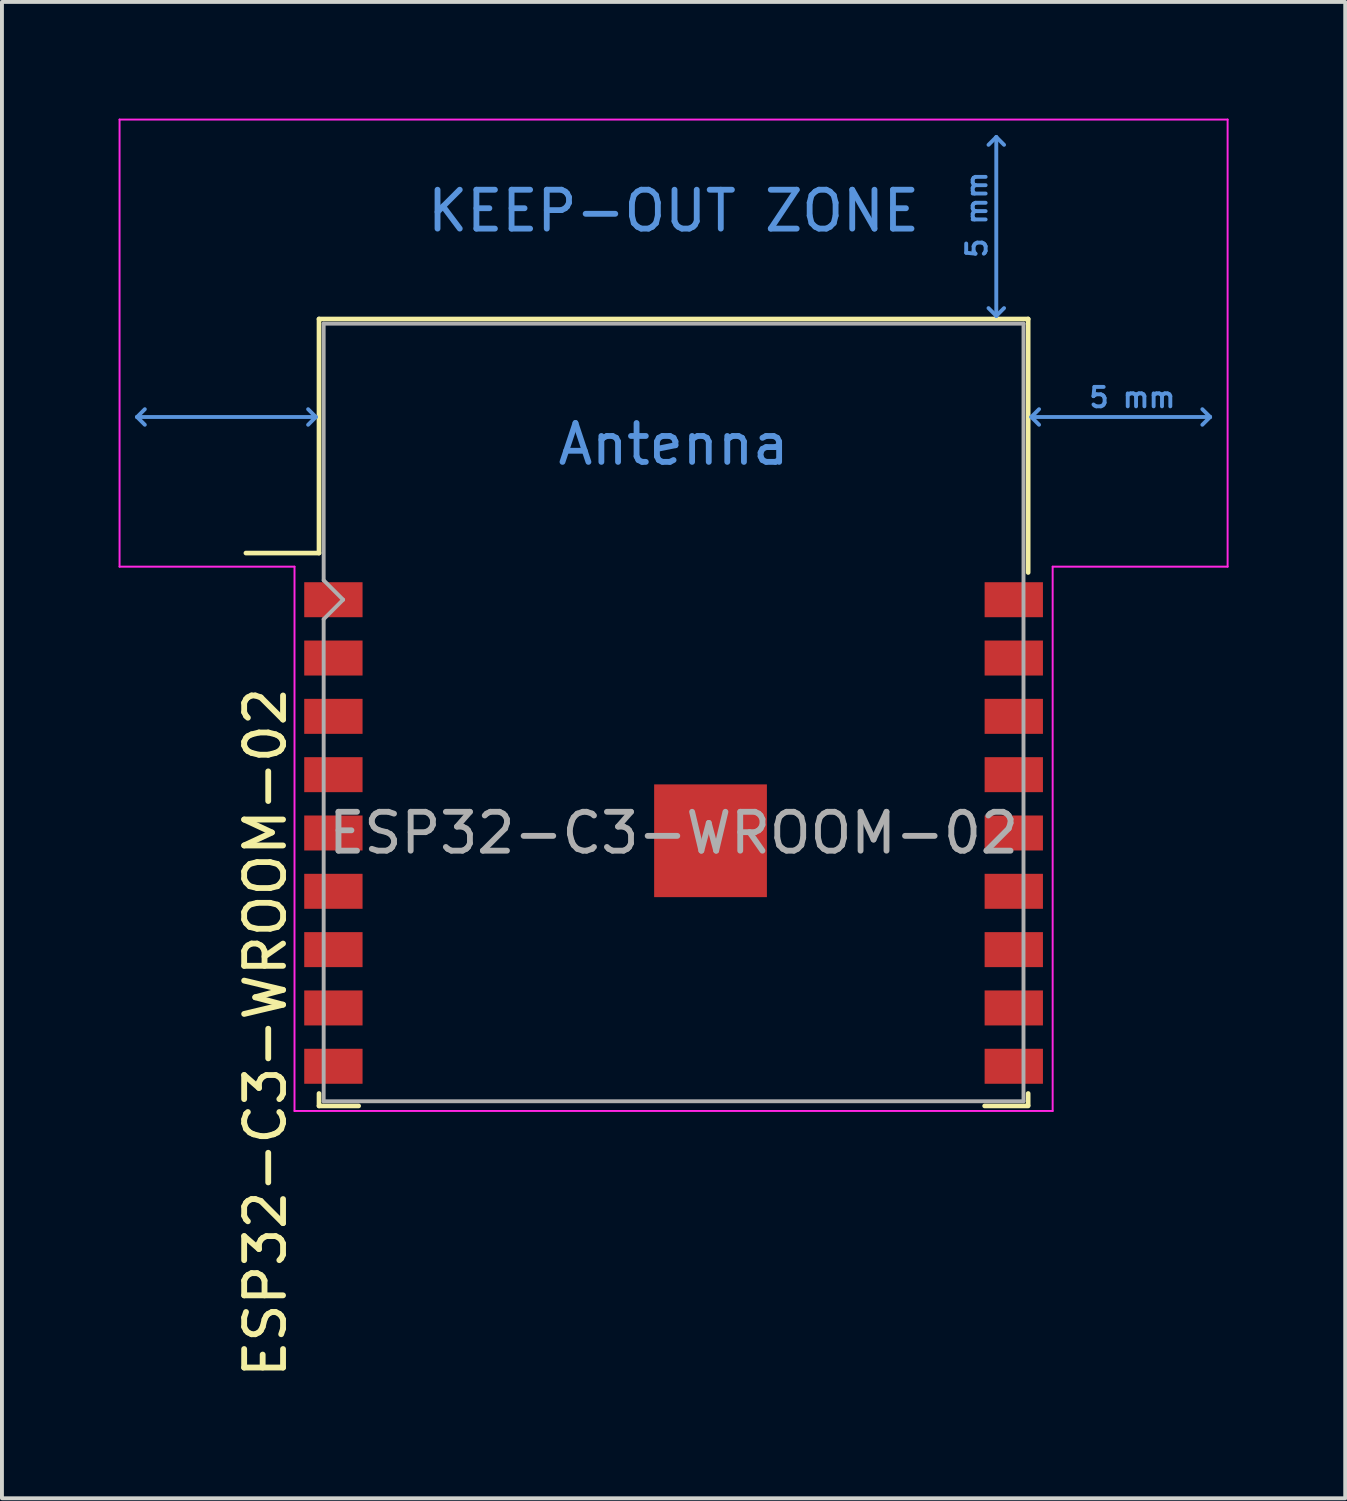
<source format=kicad_pcb>
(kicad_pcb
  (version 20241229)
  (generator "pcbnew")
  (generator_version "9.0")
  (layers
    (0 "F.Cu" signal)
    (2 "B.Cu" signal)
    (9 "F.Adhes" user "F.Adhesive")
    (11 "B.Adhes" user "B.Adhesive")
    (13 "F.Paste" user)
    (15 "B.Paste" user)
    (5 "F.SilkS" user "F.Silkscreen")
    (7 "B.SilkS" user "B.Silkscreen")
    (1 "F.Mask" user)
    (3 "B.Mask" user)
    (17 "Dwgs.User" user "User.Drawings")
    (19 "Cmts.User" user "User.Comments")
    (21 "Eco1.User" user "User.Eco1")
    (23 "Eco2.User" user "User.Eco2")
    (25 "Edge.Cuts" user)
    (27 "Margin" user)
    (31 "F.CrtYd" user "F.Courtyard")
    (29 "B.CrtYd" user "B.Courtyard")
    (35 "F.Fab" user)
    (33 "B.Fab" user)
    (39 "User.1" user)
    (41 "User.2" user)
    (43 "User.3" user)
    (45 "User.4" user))
  (footprint "ESP32-C3-WROOM-02"
    (layer "F.Cu")
    (at 14.275 18.375)
    (property "Reference" "ESP32-C3-WROOM-02" (at -10.5 5.13 90) (layer "F.SilkS") (effects (font (size 1 1) (thickness 0.15))))
    (attr smd)
    (fp_line (start -9.12 -13.22) (end -9.12 -7.2) (stroke (width 0.12) (type solid)) (layer "F.SilkS"))
    (fp_line (start -9.12 -13.22) (end 9.12 -13.22) (stroke (width 0.12) (type solid)) (layer "F.SilkS"))
    (fp_line (start -9.12 -7.2) (end -11 -7.2) (stroke (width 0.12) (type solid)) (layer "F.SilkS"))
    (fp_line (start -9.12 6.7) (end -9.12 7.02) (stroke (width 0.12) (type solid)) (layer "F.SilkS"))
    (fp_line (start -9.12 7.02) (end -8.1 7.02) (stroke (width 0.12) (type solid)) (layer "F.SilkS"))
    (fp_line (start 8 7.02) (end 9.12 7.02) (stroke (width 0.12) (type solid)) (layer "F.SilkS"))
    (fp_line (start 9.12 -13.22) (end 9.12 -6.7) (stroke (width 0.12) (type solid)) (layer "F.SilkS"))
    (fp_line (start 9.12 6.7) (end 9.12 7) (stroke (width 0.12) (type solid)) (layer "F.SilkS"))
    (fp_line (start -13.8 -10.7) (end -13.6 -10.9) (stroke (width 0.1) (type solid)) (layer "Cmts.User"))
    (fp_line (start -13.8 -10.7) (end -13.6 -10.5) (stroke (width 0.1) (type solid)) (layer "Cmts.User"))
    (fp_line (start -13.8 -10.7) (end -9.2 -10.7) (stroke (width 0.1) (type solid)) (layer "Cmts.User"))
    (fp_line (start -9.2 -10.7) (end -9.4 -10.9) (stroke (width 0.1) (type solid)) (layer "Cmts.User"))
    (fp_line (start -9.2 -10.7) (end -9.4 -10.5) (stroke (width 0.1) (type solid)) (layer "Cmts.User"))
    (fp_line (start 8.3 -17.9) (end 8.1 -17.7) (stroke (width 0.1) (type solid)) (layer "Cmts.User"))
    (fp_line (start 8.3 -17.9) (end 8.5 -17.7) (stroke (width 0.1) (type solid)) (layer "Cmts.User"))
    (fp_line (start 8.3 -13.3) (end 8.1 -13.5) (stroke (width 0.1) (type solid)) (layer "Cmts.User"))
    (fp_line (start 8.3 -13.3) (end 8.3 -17.9) (stroke (width 0.1) (type solid)) (layer "Cmts.User"))
    (fp_line (start 8.3 -13.3) (end 8.5 -13.5) (stroke (width 0.1) (type solid)) (layer "Cmts.User"))
    (fp_line (start 9.2 -10.7) (end 9.4 -10.9) (stroke (width 0.1) (type solid)) (layer "Cmts.User"))
    (fp_line (start 9.2 -10.7) (end 9.4 -10.5) (stroke (width 0.1) (type solid)) (layer "Cmts.User"))
    (fp_line (start 9.2 -10.7) (end 13.8 -10.7) (stroke (width 0.1) (type solid)) (layer "Cmts.User"))
    (fp_line (start 13.8 -10.7) (end 13.6 -10.9) (stroke (width 0.1) (type solid)) (layer "Cmts.User"))
    (fp_line (start 13.8 -10.7) (end 13.6 -10.5) (stroke (width 0.1) (type solid)) (layer "Cmts.User"))
    (fp_line (start -14.25 -18.35) (end -14.25 -6.85) (stroke (width 0.05) (type solid)) (layer "F.CrtYd"))
    (fp_line (start -14.25 -18.35) (end 14.25 -18.35) (stroke (width 0.05) (type solid)) (layer "F.CrtYd"))
    (fp_line (start -14.25 -6.85) (end -9.75 -6.85) (stroke (width 0.05) (type solid)) (layer "F.CrtYd"))
    (fp_line (start -9.75 7.15) (end -9.75 -6.85) (stroke (width 0.05) (type solid)) (layer "F.CrtYd"))
    (fp_line (start -9.75 7.15) (end 9.75 7.15) (stroke (width 0.05) (type solid)) (layer "F.CrtYd"))
    (fp_line (start 9.75 -6.85) (end 9.75 7.15) (stroke (width 0.05) (type solid)) (layer "F.CrtYd"))
    (fp_line (start 9.75 -6.85) (end 14.25 -6.85) (stroke (width 0.05) (type solid)) (layer "F.CrtYd"))
    (fp_line (start 14.25 -18.35) (end 14.25 -6.85) (stroke (width 0.05) (type solid)) (layer "F.CrtYd"))
    (fp_line (start -9 -13.1) (end -9 -6.5) (stroke (width 0.1) (type solid)) (layer "F.Fab"))
    (fp_line (start -9 -13.1) (end 9 -13.1) (stroke (width 0.1) (type solid)) (layer "F.Fab"))
    (fp_line (start -9 -6.5) (end -8.5 -6) (stroke (width 0.1) (type solid)) (layer "F.Fab"))
    (fp_line (start -9 -5.5) (end -9 6.9) (stroke (width 0.1) (type solid)) (layer "F.Fab"))
    (fp_line (start -9 6.9) (end 9 6.9) (stroke (width 0.1) (type solid)) (layer "F.Fab"))
    (fp_line (start -8.5 -6) (end -9 -5.5) (stroke (width 0.1) (type solid)) (layer "F.Fab"))
    (fp_line (start 9 6.9) (end 9 -13.1) (stroke (width 0.1) (type solid)) (layer "F.Fab"))
    (fp_text user "5 mm" (at 11.8 -11.2 0) (layer "Cmts.User") (effects (font (size 0.5 0.5) (thickness 0.1))))
    (fp_text user "Antenna" (at 0 -10 0) (layer "Cmts.User") (effects (font (size 1 1) (thickness 0.15))))
    (fp_text user "5 mm" (at 7.8 -15.9 90) (layer "Cmts.User") (effects (font (size 0.5 0.5) (thickness 0.1))))
    (fp_text user "KEEP-OUT ZONE" (at 0 -16 0) (layer "Cmts.User") (effects (font (size 1 1) (thickness 0.15))))
    (fp_text user "${REFERENCE}" (at 0 0 0) (layer "F.Fab") (effects (font (size 1 1) (thickness 0.15))))
    (pad "1" smd rect (at -8.75 -6) (size 1.5 0.9) (layers "F.Cu" "F.Mask" "F.Paste"))
    (pad "2" smd rect (at -8.75 -4.5) (size 1.5 0.9) (layers "F.Cu" "F.Mask" "F.Paste"))
    (pad "3" smd rect (at -8.75 -3) (size 1.5 0.9) (layers "F.Cu" "F.Mask" "F.Paste"))
    (pad "4" smd rect (at -8.75 -1.5) (size 1.5 0.9) (layers "F.Cu" "F.Mask" "F.Paste"))
    (pad "5" smd rect (at -8.75 0) (size 1.5 0.9) (layers "F.Cu" "F.Mask" "F.Paste"))
    (pad "6" smd rect (at -8.75 1.5) (size 1.5 0.9) (layers "F.Cu" "F.Mask" "F.Paste"))
    (pad "7" smd rect (at -8.75 3) (size 1.5 0.9) (layers "F.Cu" "F.Mask" "F.Paste"))
    (pad "8" smd rect (at -8.75 4.5) (size 1.5 0.9) (layers "F.Cu" "F.Mask" "F.Paste"))
    (pad "9" smd rect (at -8.75 6) (size 1.5 0.9) (layers "F.Cu" "F.Mask" "F.Paste"))
    (pad "10" smd rect (at 8.75 6) (size 1.5 0.9) (layers "F.Cu" "F.Mask" "F.Paste"))
    (pad "11" smd rect (at 8.75 4.5) (size 1.5 0.9) (layers "F.Cu" "F.Mask" "F.Paste"))
    (pad "12" smd rect (at 8.75 3) (size 1.5 0.9) (layers "F.Cu" "F.Mask" "F.Paste"))
    (pad "13" smd rect (at 8.75 1.5) (size 1.5 0.9) (layers "F.Cu" "F.Mask" "F.Paste"))
    (pad "14" smd rect (at 8.75 0) (size 1.5 0.9) (layers "F.Cu" "F.Mask" "F.Paste"))
    (pad "15" smd rect (at 8.75 -1.5) (size 1.5 0.9) (layers "F.Cu" "F.Mask" "F.Paste"))
    (pad "16" smd rect (at 8.75 -3) (size 1.5 0.9) (layers "F.Cu" "F.Mask" "F.Paste"))
    (pad "17" smd rect (at 8.75 -4.5) (size 1.5 0.9) (layers "F.Cu" "F.Mask" "F.Paste"))
    (pad "18" smd rect (at 8.75 -6) (size 1.5 0.9) (layers "F.Cu" "F.Mask" "F.Paste"))
    (pad "19" smd rect (at 0.95 0.2) (size 2.9 2.9) (layers "F.Cu" "F.Mask" "F.Paste"))
    (zone (net_name "") (layers "F.Cu" "B.Cu") (hatch full 0.508) (connect_pads) (min_thickness 0.254) (filled_areas_thickness no) (keepout (tracks not_allowed) (vias not_allowed) (pads not_allowed) (copperpour not_allowed) (footprints not_allowed)) (placement (enabled no)) (fill) (polygon (pts (xy 0.275 11.275) (xy 28.275 11.275) (xy 28.275 0.275) (xy 0.275 0.275)))))
  (gr_rect
    (start -3 -3)
    (end 31.55 35.487)
    (stroke (width 0.1) (type default))
    (fill no)
    (layer "Edge.Cuts")))
</source>
